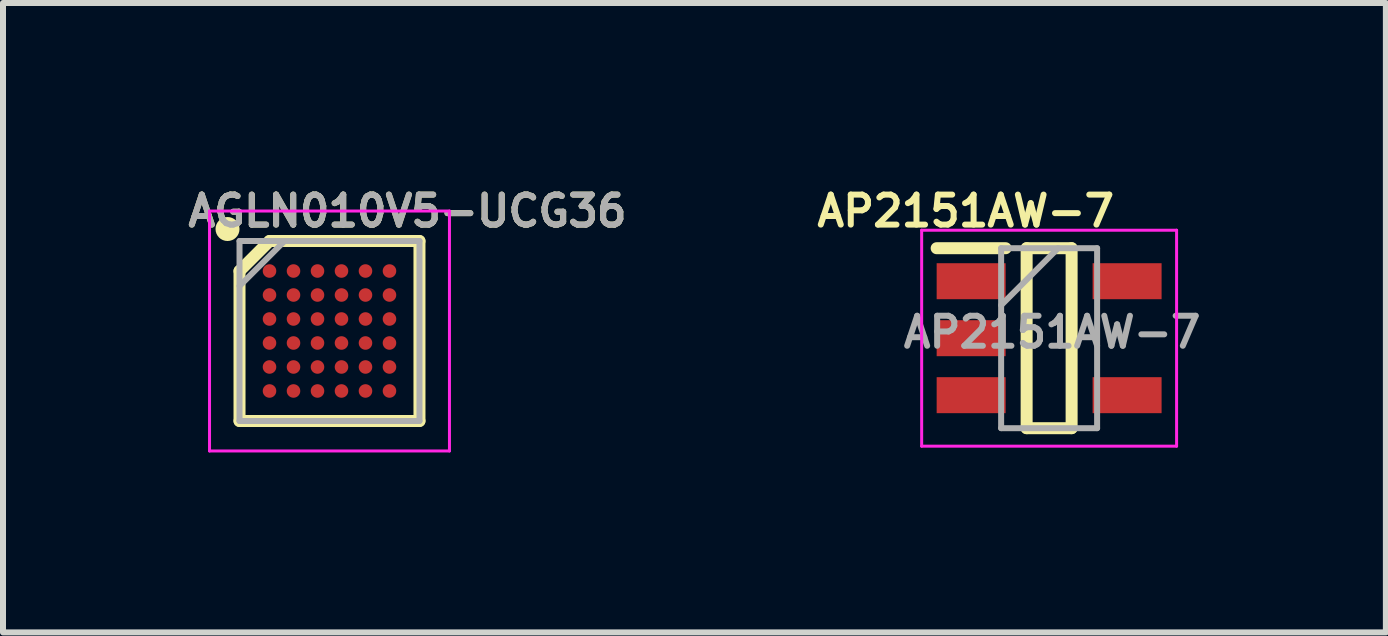
<source format=kicad_pcb>
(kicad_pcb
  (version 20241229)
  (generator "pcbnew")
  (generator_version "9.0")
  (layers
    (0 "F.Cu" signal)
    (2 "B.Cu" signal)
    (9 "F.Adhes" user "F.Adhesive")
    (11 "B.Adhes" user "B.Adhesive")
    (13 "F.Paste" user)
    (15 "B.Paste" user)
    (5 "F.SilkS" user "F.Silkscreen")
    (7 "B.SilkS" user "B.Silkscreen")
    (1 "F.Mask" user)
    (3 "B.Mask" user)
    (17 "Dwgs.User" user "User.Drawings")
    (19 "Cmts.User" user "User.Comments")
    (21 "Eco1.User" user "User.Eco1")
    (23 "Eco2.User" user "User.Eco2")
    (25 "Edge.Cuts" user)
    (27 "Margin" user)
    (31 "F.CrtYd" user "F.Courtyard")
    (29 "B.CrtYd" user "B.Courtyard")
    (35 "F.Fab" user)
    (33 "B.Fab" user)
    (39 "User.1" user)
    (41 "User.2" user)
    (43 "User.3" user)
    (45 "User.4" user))
  (footprint "AGLN010V5-UCG36"
    (layer "F.Cu")
    (at 2.443 2.468)
    (property "Reference" "AGLN010V5-UCG36" (at 1.3 -2 0) (layer "F.SilkS") (effects (font (size 0.5 0.5) (thickness 0.1))))
    (attr smd)
    (fp_line (start -1.5 -1) (end -1 -1.5) (stroke (width 0.2) (type solid)) (layer "F.SilkS"))
    (fp_line (start -1.5 1.5) (end -1.5 -1) (stroke (width 0.2) (type solid)) (layer "F.SilkS"))
    (fp_line (start -1 -1.5) (end 1.5 -1.5) (stroke (width 0.2) (type solid)) (layer "F.SilkS"))
    (fp_line (start 1.5 -1.5) (end 1.5 1.5) (stroke (width 0.2) (type solid)) (layer "F.SilkS"))
    (fp_line (start 1.5 1.5) (end -1.5 1.5) (stroke (width 0.2) (type solid)) (layer "F.SilkS"))
    (fp_circle (center -1.7 -1.7) (end -1.7 -1.6) (stroke (width 0.2) (type solid)) (fill no) (layer "F.SilkS"))
    (fp_line (start -2 -2) (end 2 -2) (stroke (width 0.05) (type solid)) (layer "F.CrtYd"))
    (fp_line (start -2 2) (end -2 -2) (stroke (width 0.05) (type solid)) (layer "F.CrtYd"))
    (fp_line (start 2 -2) (end 2 2) (stroke (width 0.05) (type solid)) (layer "F.CrtYd"))
    (fp_line (start 2 2) (end -2 2) (stroke (width 0.05) (type solid)) (layer "F.CrtYd"))
    (fp_line (start -1.5 -1.5) (end 1.5 -1.5) (stroke (width 0.1) (type solid)) (layer "F.Fab"))
    (fp_line (start -1.5 -0.75) (end -0.75 -1.5) (stroke (width 0.1) (type solid)) (layer "F.Fab"))
    (fp_line (start -1.5 1.5) (end -1.5 -1.5) (stroke (width 0.1) (type solid)) (layer "F.Fab"))
    (fp_line (start 1.5 -1.5) (end 1.5 1.5) (stroke (width 0.1) (type solid)) (layer "F.Fab"))
    (fp_line (start 1.5 1.5) (end -1.5 1.5) (stroke (width 0.1) (type solid)) (layer "F.Fab"))
    (fp_text user "${REFERENCE}" (at 1.3 -2 0) (layer "F.Fab") (effects (font (size 0.5 0.5) (thickness 0.1))))
    (pad "A1" smd circle (at -1 -1 90) (size 0.226 0.226) (layers "F.Cu" "F.Mask" "F.Paste"))
    (pad "A2" smd circle (at -0.6 -1 90) (size 0.226 0.226) (layers "F.Cu" "F.Mask" "F.Paste"))
    (pad "A3" smd circle (at -0.2 -1 90) (size 0.226 0.226) (layers "F.Cu" "F.Mask" "F.Paste"))
    (pad "A4" smd circle (at 0.2 -1 90) (size 0.226 0.226) (layers "F.Cu" "F.Mask" "F.Paste"))
    (pad "A5" smd circle (at 0.6 -1 90) (size 0.226 0.226) (layers "F.Cu" "F.Mask" "F.Paste"))
    (pad "A6" smd circle (at 1 -1 90) (size 0.226 0.226) (layers "F.Cu" "F.Mask" "F.Paste"))
    (pad "B1" smd circle (at -1 -0.6 90) (size 0.226 0.226) (layers "F.Cu" "F.Mask" "F.Paste"))
    (pad "B2" smd circle (at -0.6 -0.6 90) (size 0.226 0.226) (layers "F.Cu" "F.Mask" "F.Paste"))
    (pad "B3" smd circle (at -0.2 -0.6 90) (size 0.226 0.226) (layers "F.Cu" "F.Mask" "F.Paste"))
    (pad "B4" smd circle (at 0.2 -0.6 90) (size 0.226 0.226) (layers "F.Cu" "F.Mask" "F.Paste"))
    (pad "B5" smd circle (at 0.6 -0.6 90) (size 0.226 0.226) (layers "F.Cu" "F.Mask" "F.Paste"))
    (pad "B6" smd circle (at 1 -0.6 90) (size 0.226 0.226) (layers "F.Cu" "F.Mask" "F.Paste"))
    (pad "C1" smd circle (at -1 -0.2 90) (size 0.226 0.226) (layers "F.Cu" "F.Mask" "F.Paste"))
    (pad "C2" smd circle (at -0.6 -0.2 90) (size 0.226 0.226) (layers "F.Cu" "F.Mask" "F.Paste"))
    (pad "C3" smd circle (at -0.2 -0.2 90) (size 0.226 0.226) (layers "F.Cu" "F.Mask" "F.Paste"))
    (pad "C4" smd circle (at 0.2 -0.2 90) (size 0.226 0.226) (layers "F.Cu" "F.Mask" "F.Paste"))
    (pad "C5" smd circle (at 0.6 -0.2 90) (size 0.226 0.226) (layers "F.Cu" "F.Mask" "F.Paste"))
    (pad "C6" smd circle (at 1 -0.2 90) (size 0.226 0.226) (layers "F.Cu" "F.Mask" "F.Paste"))
    (pad "D1" smd circle (at -1 0.2 90) (size 0.226 0.226) (layers "F.Cu" "F.Mask" "F.Paste"))
    (pad "D2" smd circle (at -0.6 0.2 90) (size 0.226 0.226) (layers "F.Cu" "F.Mask" "F.Paste"))
    (pad "D3" smd circle (at -0.2 0.2 90) (size 0.226 0.226) (layers "F.Cu" "F.Mask" "F.Paste"))
    (pad "D4" smd circle (at 0.2 0.2 90) (size 0.226 0.226) (layers "F.Cu" "F.Mask" "F.Paste"))
    (pad "D5" smd circle (at 0.6 0.2 90) (size 0.226 0.226) (layers "F.Cu" "F.Mask" "F.Paste"))
    (pad "D6" smd circle (at 1 0.2 90) (size 0.226 0.226) (layers "F.Cu" "F.Mask" "F.Paste"))
    (pad "E1" smd circle (at -1 0.6 90) (size 0.226 0.226) (layers "F.Cu" "F.Mask" "F.Paste"))
    (pad "E2" smd circle (at -0.6 0.6 90) (size 0.226 0.226) (layers "F.Cu" "F.Mask" "F.Paste"))
    (pad "E3" smd circle (at -0.2 0.6 90) (size 0.226 0.226) (layers "F.Cu" "F.Mask" "F.Paste"))
    (pad "E4" smd circle (at 0.2 0.6 90) (size 0.226 0.226) (layers "F.Cu" "F.Mask" "F.Paste"))
    (pad "E5" smd circle (at 0.6 0.6 90) (size 0.226 0.226) (layers "F.Cu" "F.Mask" "F.Paste"))
    (pad "E6" smd circle (at 1 0.6 90) (size 0.226 0.226) (layers "F.Cu" "F.Mask" "F.Paste"))
    (pad "F1" smd circle (at -1 1 90) (size 0.226 0.226) (layers "F.Cu" "F.Mask" "F.Paste"))
    (pad "F2" smd circle (at -0.6 1 90) (size 0.226 0.226) (layers "F.Cu" "F.Mask" "F.Paste"))
    (pad "F3" smd circle (at -0.2 1 90) (size 0.226 0.226) (layers "F.Cu" "F.Mask" "F.Paste"))
    (pad "F4" smd circle (at 0.2 1 90) (size 0.226 0.226) (layers "F.Cu" "F.Mask" "F.Paste"))
    (pad "F5" smd circle (at 0.6 1 90) (size 0.226 0.226) (layers "F.Cu" "F.Mask" "F.Paste"))
    (pad "F6" smd circle (at 1 1 90) (size 0.226 0.226) (layers "F.Cu" "F.Mask" "F.Paste")))
  (footprint "AP2151AW-7"
    (layer "F.Cu")
    (at 14.44 2.588)
    (property "Reference" "AP2151AW-7" (at -1.39 -2.12 0) (layer "F.SilkS") (effects (font (size 0.5 0.5) (thickness 0.1))))
    (attr smd)
    (fp_line (start -1.875 -1.5) (end -0.725 -1.5) (stroke (width 0.2) (type solid)) (layer "F.SilkS"))
    (fp_line (start -0.375 -1.5) (end 0.375 -1.5) (stroke (width 0.2) (type solid)) (layer "F.SilkS"))
    (fp_line (start -0.375 1.5) (end -0.375 -1.5) (stroke (width 0.2) (type solid)) (layer "F.SilkS"))
    (fp_line (start 0.375 -1.5) (end 0.375 1.5) (stroke (width 0.2) (type solid)) (layer "F.SilkS"))
    (fp_line (start 0.375 1.5) (end -0.375 1.5) (stroke (width 0.2) (type solid)) (layer "F.SilkS"))
    (fp_line (start -2.125 -1.8) (end 2.125 -1.8) (stroke (width 0.05) (type solid)) (layer "F.CrtYd"))
    (fp_line (start -2.125 1.8) (end -2.125 -1.8) (stroke (width 0.05) (type solid)) (layer "F.CrtYd"))
    (fp_line (start 2.125 -1.8) (end 2.125 1.8) (stroke (width 0.05) (type solid)) (layer "F.CrtYd"))
    (fp_line (start 2.125 1.8) (end -2.125 1.8) (stroke (width 0.05) (type solid)) (layer "F.CrtYd"))
    (fp_line (start -0.8 -1.5) (end 0.8 -1.5) (stroke (width 0.1) (type solid)) (layer "F.Fab"))
    (fp_line (start -0.8 -0.55) (end 0.15 -1.5) (stroke (width 0.1) (type solid)) (layer "F.Fab"))
    (fp_line (start -0.8 1.5) (end -0.8 -1.5) (stroke (width 0.1) (type solid)) (layer "F.Fab"))
    (fp_line (start 0.8 -1.5) (end 0.8 1.5) (stroke (width 0.1) (type solid)) (layer "F.Fab"))
    (fp_line (start 0.8 1.5) (end -0.8 1.5) (stroke (width 0.1) (type solid)) (layer "F.Fab"))
    (fp_text user "${REFERENCE}" (at 0.05 -0.1 0) (layer "F.Fab") (effects (font (size 0.5 0.5) (thickness 0.1))))
    (pad "1" smd rect (at -1.3 -0.95 90) (size 0.6 1.15) (layers "F.Cu" "F.Mask" "F.Paste"))
    (pad "2" smd rect (at -1.3 0 90) (size 0.6 1.15) (layers "F.Cu" "F.Mask" "F.Paste"))
    (pad "3" smd rect (at -1.3 0.95 90) (size 0.6 1.15) (layers "F.Cu" "F.Mask" "F.Paste"))
    (pad "4" smd rect (at 1.3 0.95 90) (size 0.6 1.15) (layers "F.Cu" "F.Mask" "F.Paste"))
    (pad "5" smd rect (at 1.3 -0.95 90) (size 0.6 1.15) (layers "F.Cu" "F.Mask" "F.Paste")))
  (gr_rect
    (start -3 -3)
    (end 20.054 7.493)
    (stroke (width 0.1) (type default))
    (fill no)
    (layer "Edge.Cuts")))
</source>
